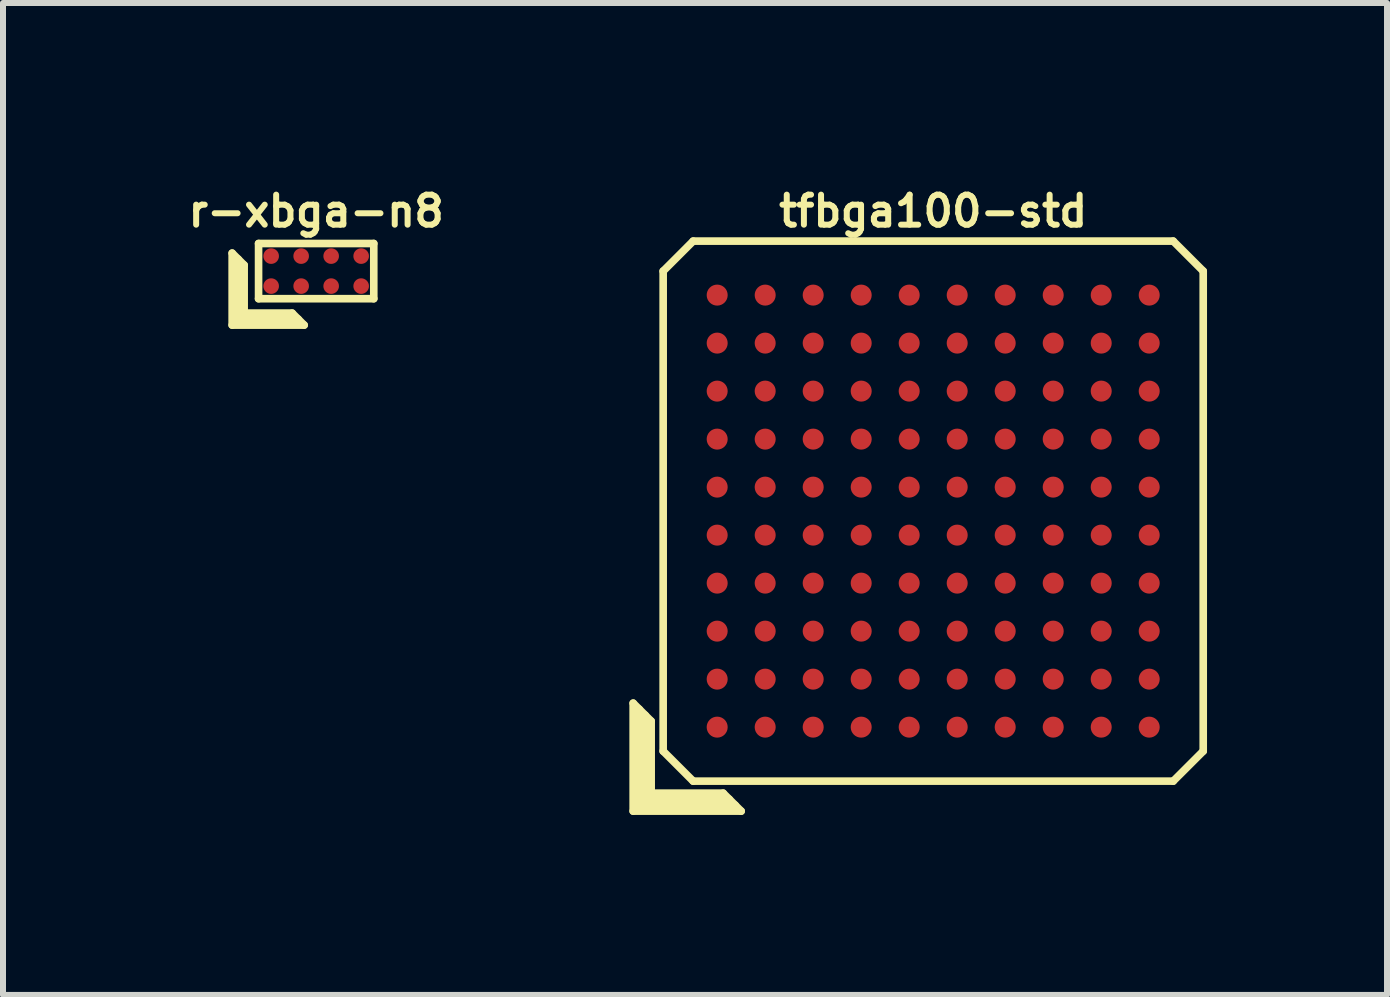
<source format=kicad_pcb>
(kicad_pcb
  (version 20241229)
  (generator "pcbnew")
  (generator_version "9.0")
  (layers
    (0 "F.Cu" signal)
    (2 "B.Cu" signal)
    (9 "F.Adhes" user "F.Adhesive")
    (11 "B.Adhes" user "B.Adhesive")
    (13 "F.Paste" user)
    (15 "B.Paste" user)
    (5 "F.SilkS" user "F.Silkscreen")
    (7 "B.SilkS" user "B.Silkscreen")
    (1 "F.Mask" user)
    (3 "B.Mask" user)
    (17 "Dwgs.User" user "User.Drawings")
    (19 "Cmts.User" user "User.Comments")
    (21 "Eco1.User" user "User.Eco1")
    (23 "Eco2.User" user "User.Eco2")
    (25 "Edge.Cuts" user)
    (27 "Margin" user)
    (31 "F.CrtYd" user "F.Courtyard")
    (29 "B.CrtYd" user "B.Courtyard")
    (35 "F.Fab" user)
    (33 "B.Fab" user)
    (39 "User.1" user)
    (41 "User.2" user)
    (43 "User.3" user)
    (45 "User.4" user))
  (footprint "tfbga100-std"
    (layer "F.Cu")
    (at 12.502 5.468)
    (property "Reference" "tfbga100-std" (at 0 -5 0) (layer "F.SilkS") (effects (font (size 0.5 0.5) (thickness 0.1))))
    (attr through_hole)
    (fp_line (start -5 3.2) (end -4.7 3.5) (stroke (width 0.127) (type solid)) (layer "F.SilkS"))
    (fp_line (start -5 5) (end -5 3.2) (stroke (width 0.127) (type solid)) (layer "F.SilkS"))
    (fp_line (start -4.9 4.9) (end -4.9 3.3) (stroke (width 0.127) (type solid)) (layer "F.SilkS"))
    (fp_line (start -4.8 3.4) (end -4.8 4.8) (stroke (width 0.127) (type solid)) (layer "F.SilkS"))
    (fp_line (start -4.8 4.8) (end -3.4 4.8) (stroke (width 0.127) (type solid)) (layer "F.SilkS"))
    (fp_line (start -4.7 3.5) (end -4.7 4.7) (stroke (width 0.127) (type solid)) (layer "F.SilkS"))
    (fp_line (start -4.7 4.7) (end -3.5 4.7) (stroke (width 0.127) (type solid)) (layer "F.SilkS"))
    (fp_line (start -4.5 -4) (end -4 -4.5) (stroke (width 0.127) (type solid)) (layer "F.SilkS"))
    (fp_line (start -4.5 4) (end -4.5 -4) (stroke (width 0.127) (type solid)) (layer "F.SilkS"))
    (fp_line (start -4 -4.5) (end 4 -4.5) (stroke (width 0.127) (type solid)) (layer "F.SilkS"))
    (fp_line (start -4 4.5) (end -4.5 4) (stroke (width 0.127) (type solid)) (layer "F.SilkS"))
    (fp_line (start -3.5 4.7) (end -3.2 5) (stroke (width 0.127) (type solid)) (layer "F.SilkS"))
    (fp_line (start -3.3 4.9) (end -4.9 4.9) (stroke (width 0.127) (type solid)) (layer "F.SilkS"))
    (fp_line (start -3.2 5) (end -5 5) (stroke (width 0.127) (type solid)) (layer "F.SilkS"))
    (fp_line (start 4 -4.5) (end 4.5 -4) (stroke (width 0.127) (type solid)) (layer "F.SilkS"))
    (fp_line (start 4 4.5) (end -4 4.5) (stroke (width 0.127) (type solid)) (layer "F.SilkS"))
    (fp_line (start 4.5 -4) (end 4.5 4) (stroke (width 0.127) (type solid)) (layer "F.SilkS"))
    (fp_line (start 4.5 4) (end 4 4.5) (stroke (width 0.127) (type solid)) (layer "F.SilkS"))
    (pad "A1" smd circle (at -3.6 3.6) (size 0.35 0.35) (layers "F.Cu" "F.Mask" "F.Paste"))
    (pad "A2" smd circle (at -3.6 2.8) (size 0.35 0.35) (layers "F.Cu" "F.Mask" "F.Paste"))
    (pad "A3" smd circle (at -3.6 2) (size 0.35 0.35) (layers "F.Cu" "F.Mask" "F.Paste"))
    (pad "A4" smd circle (at -3.6 1.2) (size 0.35 0.35) (layers "F.Cu" "F.Mask" "F.Paste"))
    (pad "A5" smd circle (at -3.6 0.4) (size 0.35 0.35) (layers "F.Cu" "F.Mask" "F.Paste"))
    (pad "A6" smd circle (at -3.6 -0.4) (size 0.35 0.35) (layers "F.Cu" "F.Mask" "F.Paste"))
    (pad "A7" smd circle (at -3.6 -1.2) (size 0.35 0.35) (layers "F.Cu" "F.Mask" "F.Paste"))
    (pad "A8" smd circle (at -3.6 -2) (size 0.35 0.35) (layers "F.Cu" "F.Mask" "F.Paste"))
    (pad "A9" smd circle (at -3.6 -2.8) (size 0.35 0.35) (layers "F.Cu" "F.Mask" "F.Paste"))
    (pad "A10" smd circle (at -3.6 -3.6) (size 0.35 0.35) (layers "F.Cu" "F.Mask" "F.Paste"))
    (pad "B1" smd circle (at -2.8 3.6) (size 0.35 0.35) (layers "F.Cu" "F.Mask" "F.Paste"))
    (pad "B2" smd circle (at -2.8 2.8) (size 0.35 0.35) (layers "F.Cu" "F.Mask" "F.Paste"))
    (pad "B3" smd circle (at -2.8 2) (size 0.35 0.35) (layers "F.Cu" "F.Mask" "F.Paste"))
    (pad "B4" smd circle (at -2.8 1.2) (size 0.35 0.35) (layers "F.Cu" "F.Mask" "F.Paste"))
    (pad "B5" smd circle (at -2.8 0.4) (size 0.35 0.35) (layers "F.Cu" "F.Mask" "F.Paste"))
    (pad "B6" smd circle (at -2.8 -0.4) (size 0.35 0.35) (layers "F.Cu" "F.Mask" "F.Paste"))
    (pad "B7" smd circle (at -2.8 -1.2) (size 0.35 0.35) (layers "F.Cu" "F.Mask" "F.Paste"))
    (pad "B8" smd circle (at -2.8 -2) (size 0.35 0.35) (layers "F.Cu" "F.Mask" "F.Paste"))
    (pad "B9" smd circle (at -2.8 -2.8) (size 0.35 0.35) (layers "F.Cu" "F.Mask" "F.Paste"))
    (pad "B10" smd circle (at -2.8 -3.6) (size 0.35 0.35) (layers "F.Cu" "F.Mask" "F.Paste"))
    (pad "C1" smd circle (at -2 3.6) (size 0.35 0.35) (layers "F.Cu" "F.Mask" "F.Paste"))
    (pad "C2" smd circle (at -2 2.8) (size 0.35 0.35) (layers "F.Cu" "F.Mask" "F.Paste"))
    (pad "C3" smd circle (at -2 2) (size 0.35 0.35) (layers "F.Cu" "F.Mask" "F.Paste"))
    (pad "C4" smd circle (at -2 1.2) (size 0.35 0.35) (layers "F.Cu" "F.Mask" "F.Paste"))
    (pad "C5" smd circle (at -2 0.4) (size 0.35 0.35) (layers "F.Cu" "F.Mask" "F.Paste"))
    (pad "C6" smd circle (at -2 -0.4) (size 0.35 0.35) (layers "F.Cu" "F.Mask" "F.Paste"))
    (pad "C7" smd circle (at -2 -1.2) (size 0.35 0.35) (layers "F.Cu" "F.Mask" "F.Paste"))
    (pad "C8" smd circle (at -2 -2) (size 0.35 0.35) (layers "F.Cu" "F.Mask" "F.Paste"))
    (pad "C9" smd circle (at -2 -2.8) (size 0.35 0.35) (layers "F.Cu" "F.Mask" "F.Paste"))
    (pad "C10" smd circle (at -2 -3.6) (size 0.35 0.35) (layers "F.Cu" "F.Mask" "F.Paste"))
    (pad "D1" smd circle (at -1.2 3.6) (size 0.35 0.35) (layers "F.Cu" "F.Mask" "F.Paste"))
    (pad "D2" smd circle (at -1.2 2.8) (size 0.35 0.35) (layers "F.Cu" "F.Mask" "F.Paste"))
    (pad "D3" smd circle (at -1.2 2) (size 0.35 0.35) (layers "F.Cu" "F.Mask" "F.Paste"))
    (pad "D4" smd circle (at -1.2 1.2) (size 0.35 0.35) (layers "F.Cu" "F.Mask" "F.Paste"))
    (pad "D5" smd circle (at -1.2 0.4) (size 0.35 0.35) (layers "F.Cu" "F.Mask" "F.Paste"))
    (pad "D6" smd circle (at -1.2 -0.4) (size 0.35 0.35) (layers "F.Cu" "F.Mask" "F.Paste"))
    (pad "D7" smd circle (at -1.2 -1.2) (size 0.35 0.35) (layers "F.Cu" "F.Mask" "F.Paste"))
    (pad "D8" smd circle (at -1.2 -2) (size 0.35 0.35) (layers "F.Cu" "F.Mask" "F.Paste"))
    (pad "D9" smd circle (at -1.2 -2.8) (size 0.35 0.35) (layers "F.Cu" "F.Mask" "F.Paste"))
    (pad "D10" smd circle (at -1.2 -3.6) (size 0.35 0.35) (layers "F.Cu" "F.Mask" "F.Paste"))
    (pad "E1" smd circle (at -0.4 3.6) (size 0.35 0.35) (layers "F.Cu" "F.Mask" "F.Paste"))
    (pad "E2" smd circle (at -0.4 2.8) (size 0.35 0.35) (layers "F.Cu" "F.Mask" "F.Paste"))
    (pad "E3" smd circle (at -0.4 2) (size 0.35 0.35) (layers "F.Cu" "F.Mask" "F.Paste"))
    (pad "E4" smd circle (at -0.4 1.2) (size 0.35 0.35) (layers "F.Cu" "F.Mask" "F.Paste"))
    (pad "E5" smd circle (at -0.4 0.4) (size 0.35 0.35) (layers "F.Cu" "F.Mask" "F.Paste"))
    (pad "E6" smd circle (at -0.4 -0.4) (size 0.35 0.35) (layers "F.Cu" "F.Mask" "F.Paste"))
    (pad "E7" smd circle (at -0.4 -1.2) (size 0.35 0.35) (layers "F.Cu" "F.Mask" "F.Paste"))
    (pad "E8" smd circle (at -0.4 -2) (size 0.35 0.35) (layers "F.Cu" "F.Mask" "F.Paste"))
    (pad "E9" smd circle (at -0.4 -2.8) (size 0.35 0.35) (layers "F.Cu" "F.Mask" "F.Paste"))
    (pad "E10" smd circle (at -0.4 -3.6) (size 0.35 0.35) (layers "F.Cu" "F.Mask" "F.Paste"))
    (pad "F1" smd circle (at 0.4 3.6) (size 0.35 0.35) (layers "F.Cu" "F.Mask" "F.Paste"))
    (pad "F2" smd circle (at 0.4 2.8) (size 0.35 0.35) (layers "F.Cu" "F.Mask" "F.Paste"))
    (pad "F3" smd circle (at 0.4 2) (size 0.35 0.35) (layers "F.Cu" "F.Mask" "F.Paste"))
    (pad "F4" smd circle (at 0.4 1.2) (size 0.35 0.35) (layers "F.Cu" "F.Mask" "F.Paste"))
    (pad "F5" smd circle (at 0.4 0.4) (size 0.35 0.35) (layers "F.Cu" "F.Mask" "F.Paste"))
    (pad "F6" smd circle (at 0.4 -0.4) (size 0.35 0.35) (layers "F.Cu" "F.Mask" "F.Paste"))
    (pad "F7" smd circle (at 0.4 -1.2) (size 0.35 0.35) (layers "F.Cu" "F.Mask" "F.Paste"))
    (pad "F8" smd circle (at 0.4 -2) (size 0.35 0.35) (layers "F.Cu" "F.Mask" "F.Paste"))
    (pad "F9" smd circle (at 0.4 -2.8) (size 0.35 0.35) (layers "F.Cu" "F.Mask" "F.Paste"))
    (pad "F10" smd circle (at 0.4 -3.6) (size 0.35 0.35) (layers "F.Cu" "F.Mask" "F.Paste"))
    (pad "G1" smd circle (at 1.2 3.6) (size 0.35 0.35) (layers "F.Cu" "F.Mask" "F.Paste"))
    (pad "G2" smd circle (at 1.2 2.8) (size 0.35 0.35) (layers "F.Cu" "F.Mask" "F.Paste"))
    (pad "G3" smd circle (at 1.2 2) (size 0.35 0.35) (layers "F.Cu" "F.Mask" "F.Paste"))
    (pad "G4" smd circle (at 1.2 1.2) (size 0.35 0.35) (layers "F.Cu" "F.Mask" "F.Paste"))
    (pad "G5" smd circle (at 1.2 0.4) (size 0.35 0.35) (layers "F.Cu" "F.Mask" "F.Paste"))
    (pad "G6" smd circle (at 1.2 -0.4) (size 0.35 0.35) (layers "F.Cu" "F.Mask" "F.Paste"))
    (pad "G7" smd circle (at 1.2 -1.2) (size 0.35 0.35) (layers "F.Cu" "F.Mask" "F.Paste"))
    (pad "G8" smd circle (at 1.2 -2) (size 0.35 0.35) (layers "F.Cu" "F.Mask" "F.Paste"))
    (pad "G9" smd circle (at 1.2 -2.8) (size 0.35 0.35) (layers "F.Cu" "F.Mask" "F.Paste"))
    (pad "G10" smd circle (at 1.2 -3.6) (size 0.35 0.35) (layers "F.Cu" "F.Mask" "F.Paste"))
    (pad "H1" smd circle (at 2 3.6) (size 0.35 0.35) (layers "F.Cu" "F.Mask" "F.Paste"))
    (pad "H2" smd circle (at 2 2.8) (size 0.35 0.35) (layers "F.Cu" "F.Mask" "F.Paste"))
    (pad "H3" smd circle (at 2 2) (size 0.35 0.35) (layers "F.Cu" "F.Mask" "F.Paste"))
    (pad "H4" smd circle (at 2 1.2) (size 0.35 0.35) (layers "F.Cu" "F.Mask" "F.Paste"))
    (pad "H5" smd circle (at 2 0.4) (size 0.35 0.35) (layers "F.Cu" "F.Mask" "F.Paste"))
    (pad "H6" smd circle (at 2 -0.4) (size 0.35 0.35) (layers "F.Cu" "F.Mask" "F.Paste"))
    (pad "H7" smd circle (at 2 -1.2) (size 0.35 0.35) (layers "F.Cu" "F.Mask" "F.Paste"))
    (pad "H8" smd circle (at 2 -2) (size 0.35 0.35) (layers "F.Cu" "F.Mask" "F.Paste"))
    (pad "H9" smd circle (at 2 -2.8) (size 0.35 0.35) (layers "F.Cu" "F.Mask" "F.Paste"))
    (pad "H10" smd circle (at 2 -3.6) (size 0.35 0.35) (layers "F.Cu" "F.Mask" "F.Paste"))
    (pad "J1" smd circle (at 2.8 3.6) (size 0.35 0.35) (layers "F.Cu" "F.Mask" "F.Paste"))
    (pad "J2" smd circle (at 2.8 2.8) (size 0.35 0.35) (layers "F.Cu" "F.Mask" "F.Paste"))
    (pad "J3" smd circle (at 2.8 2) (size 0.35 0.35) (layers "F.Cu" "F.Mask" "F.Paste"))
    (pad "J4" smd circle (at 2.8 1.2) (size 0.35 0.35) (layers "F.Cu" "F.Mask" "F.Paste"))
    (pad "J5" smd circle (at 2.8 0.4) (size 0.35 0.35) (layers "F.Cu" "F.Mask" "F.Paste"))
    (pad "J6" smd circle (at 2.8 -0.4) (size 0.35 0.35) (layers "F.Cu" "F.Mask" "F.Paste"))
    (pad "J7" smd circle (at 2.8 -1.2) (size 0.35 0.35) (layers "F.Cu" "F.Mask" "F.Paste"))
    (pad "J8" smd circle (at 2.8 -2) (size 0.35 0.35) (layers "F.Cu" "F.Mask" "F.Paste"))
    (pad "J9" smd circle (at 2.8 -2.8) (size 0.35 0.35) (layers "F.Cu" "F.Mask" "F.Paste"))
    (pad "J10" smd circle (at 2.8 -3.6) (size 0.35 0.35) (layers "F.Cu" "F.Mask" "F.Paste"))
    (pad "K1" smd circle (at 3.6 3.6) (size 0.35 0.35) (layers "F.Cu" "F.Mask" "F.Paste"))
    (pad "K2" smd circle (at 3.6 2.8) (size 0.35 0.35) (layers "F.Cu" "F.Mask" "F.Paste"))
    (pad "K3" smd circle (at 3.6 2) (size 0.35 0.35) (layers "F.Cu" "F.Mask" "F.Paste"))
    (pad "K4" smd circle (at 3.6 1.2) (size 0.35 0.35) (layers "F.Cu" "F.Mask" "F.Paste"))
    (pad "K5" smd circle (at 3.6 0.4) (size 0.35 0.35) (layers "F.Cu" "F.Mask" "F.Paste"))
    (pad "K6" smd circle (at 3.6 -0.4) (size 0.35 0.35) (layers "F.Cu" "F.Mask" "F.Paste"))
    (pad "K7" smd circle (at 3.6 -1.2) (size 0.35 0.35) (layers "F.Cu" "F.Mask" "F.Paste"))
    (pad "K8" smd circle (at 3.6 -2) (size 0.35 0.35) (layers "F.Cu" "F.Mask" "F.Paste"))
    (pad "K9" smd circle (at 3.6 -2.8) (size 0.35 0.35) (layers "F.Cu" "F.Mask" "F.Paste"))
    (pad "K10" smd circle (at 3.6 -3.6) (size 0.35 0.35) (layers "F.Cu" "F.Mask" "F.Paste")))
  (footprint "r-xbga-n8"
    (layer "F.Cu")
    (at 2.219 1.468)
    (property "Reference" "r-xbga-n8" (at 0 -1 0) (layer "F.SilkS") (effects (font (size 0.5 0.5) (thickness 0.1))))
    (attr through_hole)
    (fp_line (start -1.4 -0.3) (end -1.2 -0.1) (stroke (width 0.127) (type solid)) (layer "F.SilkS"))
    (fp_line (start -1.4 0.9) (end -1.4 -0.3) (stroke (width 0.127) (type solid)) (layer "F.SilkS"))
    (fp_line (start -1.3 -0.2) (end -1.3 0.8) (stroke (width 0.127) (type solid)) (layer "F.SilkS"))
    (fp_line (start -1.3 0.8) (end -0.3 0.8) (stroke (width 0.127) (type solid)) (layer "F.SilkS"))
    (fp_line (start -1.2 -0.1) (end -1.2 0.7) (stroke (width 0.127) (type solid)) (layer "F.SilkS"))
    (fp_line (start -1.2 0.7) (end -0.4 0.7) (stroke (width 0.127) (type solid)) (layer "F.SilkS"))
    (fp_line (start -0.96 -0.46) (end -0.96 0.46) (stroke (width 0.127) (type solid)) (layer "F.SilkS"))
    (fp_line (start -0.96 -0.46) (end 0.96 -0.46) (stroke (width 0.127) (type solid)) (layer "F.SilkS"))
    (fp_line (start -0.96 0.46) (end 0.96 0.46) (stroke (width 0.127) (type solid)) (layer "F.SilkS"))
    (fp_line (start -0.4 0.7) (end -0.2 0.9) (stroke (width 0.127) (type solid)) (layer "F.SilkS"))
    (fp_line (start -0.2 0.9) (end -1.4 0.9) (stroke (width 0.127) (type solid)) (layer "F.SilkS"))
    (fp_line (start 0.96 -0.46) (end 0.96 0.46) (stroke (width 0.127) (type solid)) (layer "F.SilkS"))
    (pad "A1" smd circle (at -0.75 0.25) (size 0.26 0.26) (layers "F.Cu" "F.Mask" "F.Paste"))
    (pad "A2" smd circle (at -0.75 -0.25) (size 0.26 0.26) (layers "F.Cu" "F.Mask" "F.Paste"))
    (pad "B1" smd circle (at -0.25 0.25) (size 0.26 0.26) (layers "F.Cu" "F.Mask" "F.Paste"))
    (pad "B2" smd circle (at -0.25 -0.25) (size 0.26 0.26) (layers "F.Cu" "F.Mask" "F.Paste"))
    (pad "C1" smd circle (at 0.25 0.25) (size 0.26 0.26) (layers "F.Cu" "F.Mask" "F.Paste"))
    (pad "C2" smd circle (at 0.25 -0.25) (size 0.26 0.26) (layers "F.Cu" "F.Mask" "F.Paste"))
    (pad "D1" smd circle (at 0.75 0.25) (size 0.26 0.26) (layers "F.Cu" "F.Mask" "F.Paste"))
    (pad "D2" smd circle (at 0.75 -0.25) (size 0.26 0.26) (layers "F.Cu" "F.Mask" "F.Paste")))
  (gr_rect
    (start -3 -3)
    (end 20.065 13.531)
    (stroke (width 0.1) (type default))
    (fill no)
    (layer "Edge.Cuts")))
</source>
